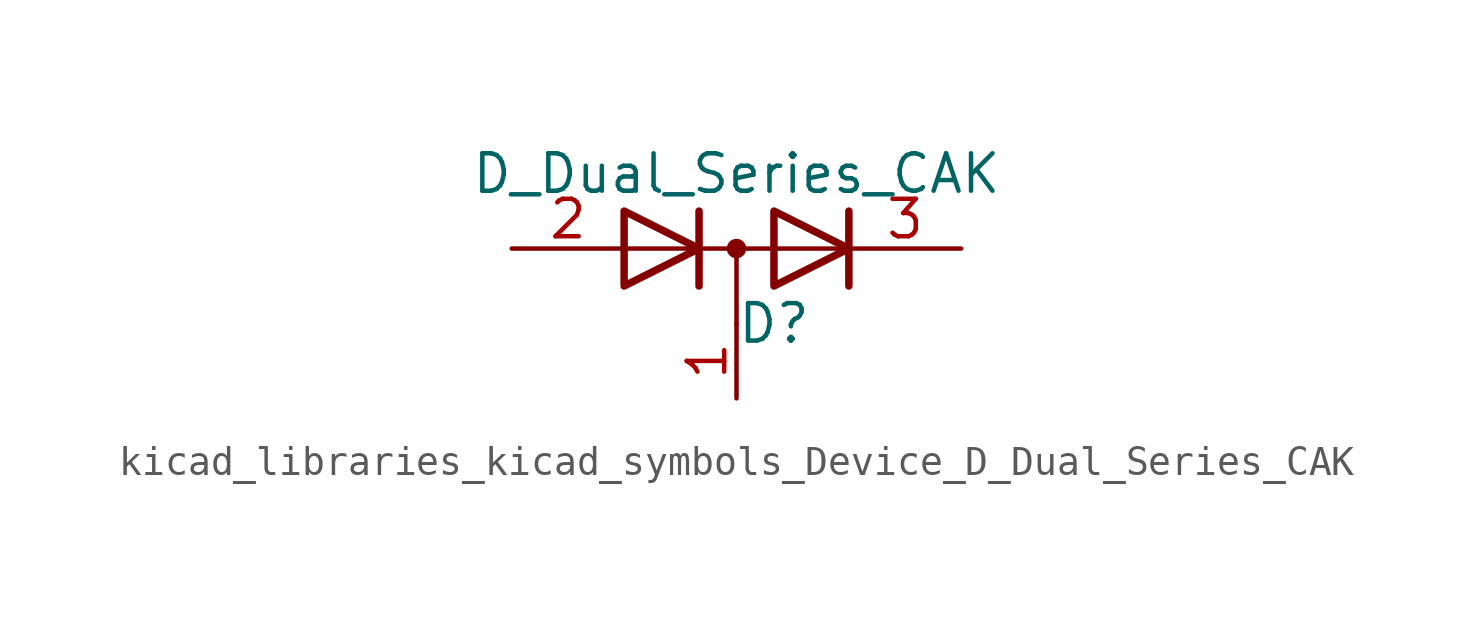
<source format=kicad_sym>
(kicad_symbol_lib
  (version 20220914)
  (generator kicad_symbol_editor)
  (symbol "kicad_libraries_kicad_symbols_Device_D_Dual_Series_CAK"
    (pin_names
      (offset 0.762) hide)
    (property "Reference" "D"
      (at 1.27 -2.54 0)
      (effects (font (size 1.27 1.27))))
    (property "Value" "D_Dual_Series_CAK"
      (at 0 2.54 0)
      (effects (font (size 1.27 1.27))))
    (symbol "kicad_libraries_kicad_symbols_Device_D_Dual_Series_CAK_0_1"
      (polyline (pts (xy 0 0) (xy 0 -2.54)) (stroke (width 0) (type default)) (fill (type none)))
      (polyline (pts (xy 3.81 0) (xy -3.81 0)) (stroke (width 0) (type default)) (fill (type none)))
      (polyline (pts (xy -1.27 -1.27) (xy -1.27 1.27) (xy -1.27 1.27)) (stroke (width 0.254) (type default)) (fill (type none)))
      (polyline (pts (xy 3.81 1.27) (xy 3.81 -1.27) (xy 3.81 -1.27)) (stroke (width 0.254) (type default)) (fill (type none)))
      (polyline (pts (xy -3.81 1.27) (xy -1.27 0) (xy -3.81 -1.27) (xy -3.81 1.27) (xy -3.81 1.27) (xy -3.81 1.27)) (stroke (width 0.254) (type default)) (fill (type none)))
      (polyline (pts (xy 1.27 1.27) (xy 3.81 0) (xy 1.27 -1.27) (xy 1.27 1.27) (xy 1.27 1.27) (xy 1.27 1.27)) (stroke (width 0.254) (type default)) (fill (type none)))
      (circle (center 0 0) (radius 0.254) (stroke (width 0) (type default)) (fill (type outline)))
      (pin passive line (at 0 -5.08 90) (length 2.54) (name "common" (effects (font (size 1.27 1.27)))) (number "1" (effects (font (size 1.27 1.27)))))
      (pin passive line (at -7.62 0 0) (length 3.81) (name "A" (effects (font (size 1.27 1.27)))) (number "2" (effects (font (size 1.27 1.27)))))
      (pin passive line (at 7.62 0 180) (length 3.81) (name "K" (effects (font (size 1.27 1.27)))) (number "3" (effects (font (size 1.27 1.27))))))))
</source>
